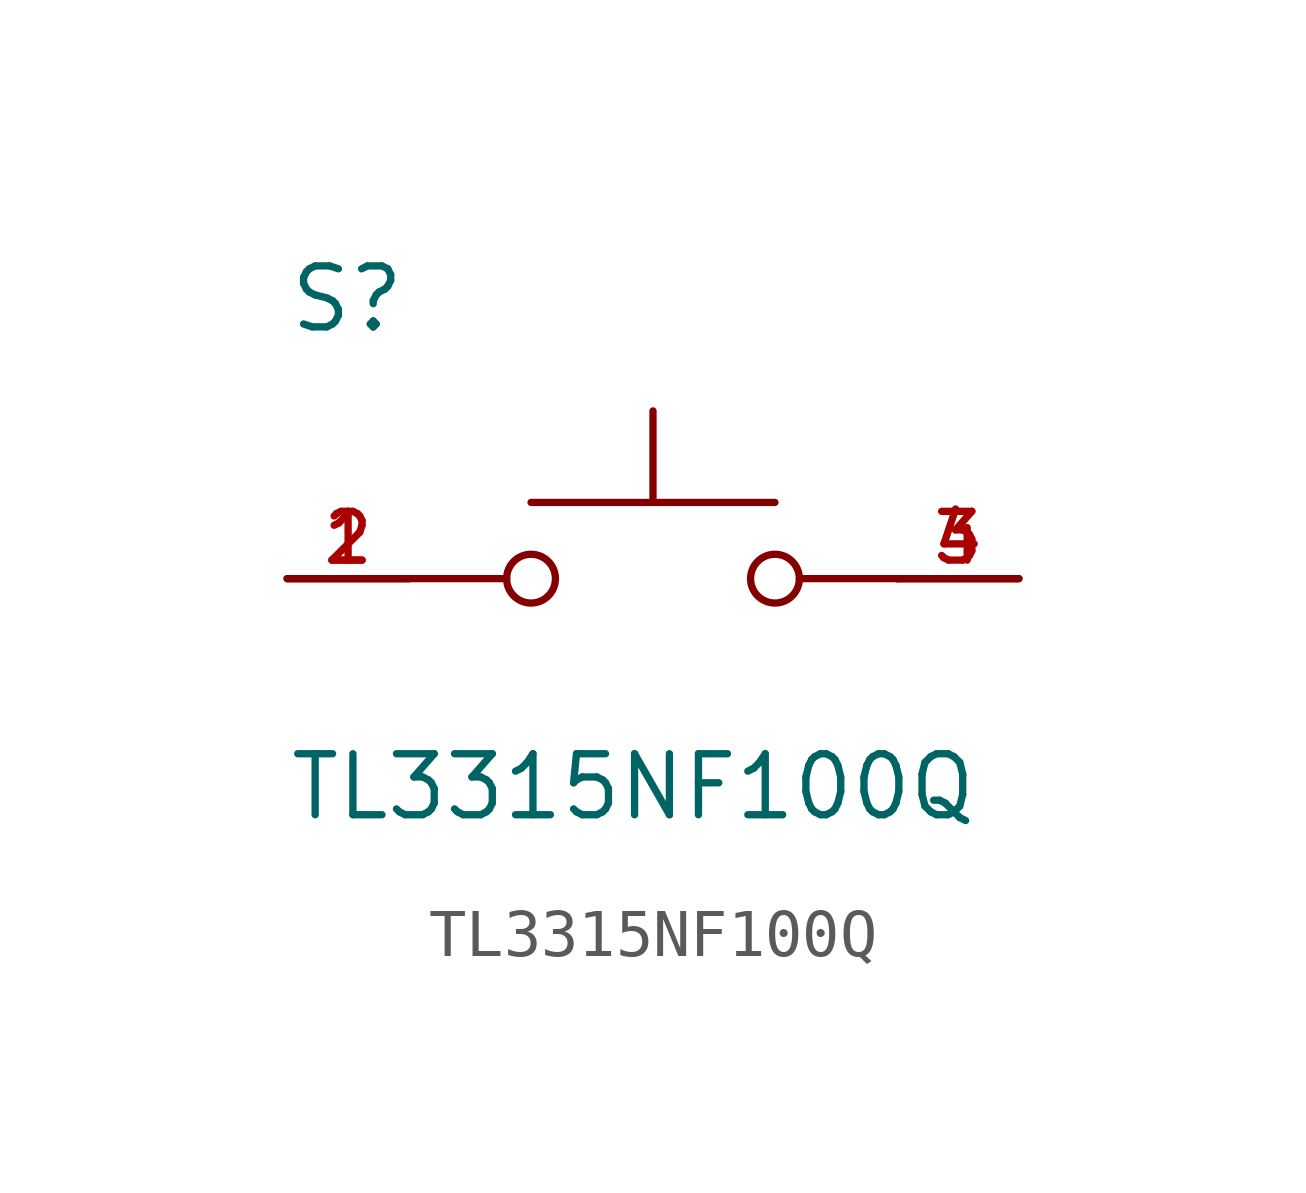
<source format=kicad_sym>
(kicad_symbol_lib
  (version 20231120)
  (generator "kicad_symbol_editor")
  (generator_version "8.0")
  (symbol "TL3315NF100Q"
    (pin_names
      (offset 1.016))
    (property "Reference" "S"
      (at -7.62 5.08 0)
      (effects (font (size 1.27 1.27)) (justify left bottom)))
    (property "Value" "TL3315NF100Q"
      (at -7.62 -5.08 0)
      (effects (font (size 1.27 1.27)) (justify left bottom)))
    (symbol "TL3315NF100Q_0_0"
      (circle (center -2.54 0) (radius 0.508) (stroke (width 0.152) (type default)) (fill (type none)))
      (polyline (pts (xy -5.08 0) (xy -3.048 0)) (stroke (width 0.152) (type default)) (fill (type none)))
      (polyline (pts (xy -2.54 1.587) (xy 0 1.587)) (stroke (width 0.152) (type default)) (fill (type none)))
      (polyline (pts (xy 0 1.587) (xy 0 3.493)) (stroke (width 0.152) (type default)) (fill (type none)))
      (polyline (pts (xy 0 1.587) (xy 2.54 1.587)) (stroke (width 0.152) (type default)) (fill (type none)))
      (polyline (pts (xy 5.08 0) (xy 3.048 0)) (stroke (width 0.152) (type default)) (fill (type none)))
      (circle (center 2.54 0) (radius 0.508) (stroke (width 0.152) (type default)) (fill (type none)))
      (pin passive line (at -7.62 0 0) (length 2.54) (name "~" (effects (font (size 1.016 1.016)))) (number "1" (effects (font (size 1.016 1.016)))))
      (pin passive line (at -7.62 0 0) (length 2.54) (name "~" (effects (font (size 1.016 1.016)))) (number "2" (effects (font (size 1.016 1.016)))))
      (pin passive line (at 7.62 0 180) (length 2.54) (name "~" (effects (font (size 1.016 1.016)))) (number "3" (effects (font (size 1.016 1.016)))))
      (pin passive line (at 7.62 0 180) (length 2.54) (name "~" (effects (font (size 1.016 1.016)))) (number "4" (effects (font (size 1.016 1.016))))))))
</source>
